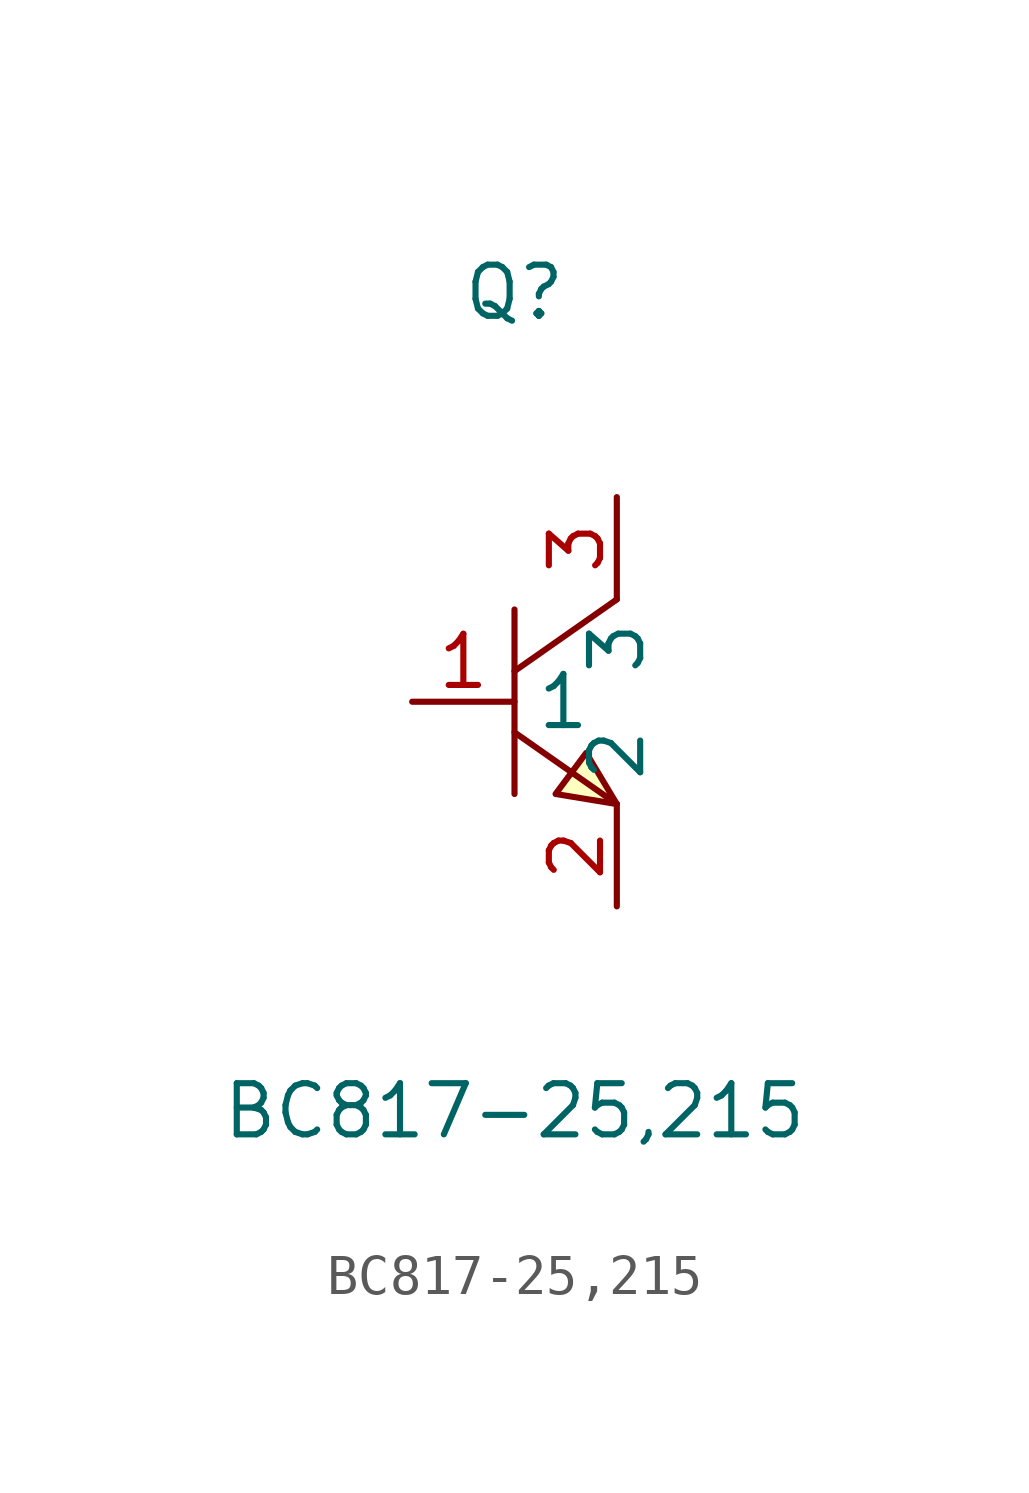
<source format=kicad_sym>
(kicad_symbol_lib
  (version 20211014)
  (generator https://github.com/uPesy/easyeda2kicad.py)
  (symbol "BC817-25,215"
    (property "Reference" "Q"
      (at 0 10.16 0)
      (effects (font (size 1.27 1.27))))
    (property "Value" "BC817-25,215"
      (at 0 -10.16 0)
      (effects (font (size 1.27 1.27))))
    (symbol "BC817-25,215_0_1"
      (polyline (pts (xy 2.54 2.54) (xy 0.00 0.76)) (stroke (width 0) (type default) (color 0 0 0 0)) (fill (type none)))
      (polyline (pts (xy 0.00 -0.76) (xy 2.54 -2.54)) (stroke (width 0) (type default) (color 0 0 0 0)) (fill (type none)))
      (polyline (pts (xy 0.00 2.29) (xy 0.00 -2.29)) (stroke (width 0) (type default) (color 0 0 0 0)) (fill (type none)))
      (polyline (pts (xy 2.54 -2.54) (xy 1.78 -1.27) (xy 1.02 -2.29) (xy 2.54 -2.54)) (stroke (width 0) (type default) (color 0 0 0 0)) (fill (type background)))
      (pin input line (at -2.54 -0.00 0) (length 2.54) (name "1" (effects (font (size 1.27 1.27)))) (number "1" (effects (font (size 1.27 1.27)))))
      (pin input line (at 2.54 5.08 270) (length 2.54) (name "3" (effects (font (size 1.27 1.27)))) (number "3" (effects (font (size 1.27 1.27)))))
      (pin input line (at 2.54 -5.08 90) (length 2.54) (name "2" (effects (font (size 1.27 1.27)))) (number "2" (effects (font (size 1.27 1.27))))))))
</source>
